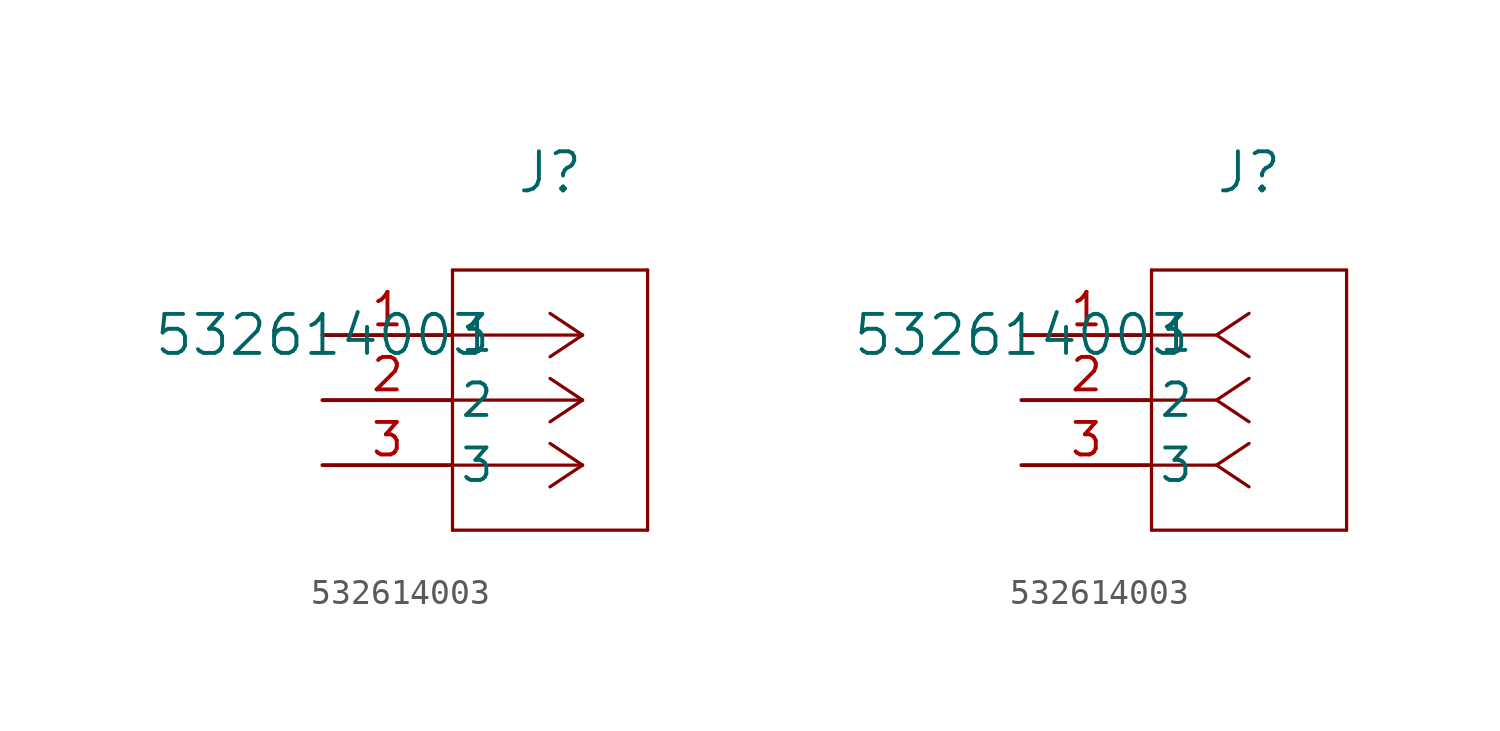
<source format=kicad_sym>
(kicad_symbol_lib
  (version 20211014)
  (generator kicad_symbol_editor)
  (symbol "532614003"
    (pin_names
      (offset 0.254))
    (property "Reference" "J"
      (at 8.89 6.35 0)
      (effects (font (size 1.524 1.524))))
    (property "Value" "532614003"
      (at 0 0 0)
      (effects (font (size 1.524 1.524))))
    (symbol "532614003_1_1"
      (polyline (pts (xy 10.16 0) (xy 5.08 0)) (stroke (width 0.127) (type default) (color 0 0 0 0)) (fill (type none)))
      (polyline (pts (xy 10.16 -2.54) (xy 5.08 -2.54)) (stroke (width 0.127) (type default) (color 0 0 0 0)) (fill (type none)))
      (polyline (pts (xy 10.16 -5.08) (xy 5.08 -5.08)) (stroke (width 0.127) (type default) (color 0 0 0 0)) (fill (type none)))
      (polyline (pts (xy 10.16 0) (xy 8.89 0.847)) (stroke (width 0.127) (type default) (color 0 0 0 0)) (fill (type none)))
      (polyline (pts (xy 10.16 -2.54) (xy 8.89 -1.693)) (stroke (width 0.127) (type default) (color 0 0 0 0)) (fill (type none)))
      (polyline (pts (xy 10.16 -5.08) (xy 8.89 -4.233)) (stroke (width 0.127) (type default) (color 0 0 0 0)) (fill (type none)))
      (polyline (pts (xy 10.16 0) (xy 8.89 -0.847)) (stroke (width 0.127) (type default) (color 0 0 0 0)) (fill (type none)))
      (polyline (pts (xy 10.16 -2.54) (xy 8.89 -3.387)) (stroke (width 0.127) (type default) (color 0 0 0 0)) (fill (type none)))
      (polyline (pts (xy 10.16 -5.08) (xy 8.89 -5.927)) (stroke (width 0.127) (type default) (color 0 0 0 0)) (fill (type none)))
      (polyline (pts (xy 5.08 2.54) (xy 5.08 -7.62)) (stroke (width 0.127) (type default) (color 0 0 0 0)) (fill (type none)))
      (polyline (pts (xy 5.08 -7.62) (xy 12.7 -7.62)) (stroke (width 0.127) (type default) (color 0 0 0 0)) (fill (type none)))
      (polyline (pts (xy 12.7 -7.62) (xy 12.7 2.54)) (stroke (width 0.127) (type default) (color 0 0 0 0)) (fill (type none)))
      (polyline (pts (xy 12.7 2.54) (xy 5.08 2.54)) (stroke (width 0.127) (type default) (color 0 0 0 0)) (fill (type none)))
      (pin unspecified line (at 0 0 0) (length 5.08) (name "1" (effects (font (size 1.27 1.27)))) (number "1" (effects (font (size 1.27 1.27)))))
      (pin unspecified line (at 0 -2.54 0) (length 5.08) (name "2" (effects (font (size 1.27 1.27)))) (number "2" (effects (font (size 1.27 1.27)))))
      (pin unspecified line (at 0 -5.08 0) (length 5.08) (name "3" (effects (font (size 1.27 1.27)))) (number "3" (effects (font (size 1.27 1.27))))))
    (symbol "532614003_1_2"
      (polyline (pts (xy 7.62 0) (xy 5.08 0)) (stroke (width 0.127) (type default) (color 0 0 0 0)) (fill (type none)))
      (polyline (pts (xy 7.62 -2.54) (xy 5.08 -2.54)) (stroke (width 0.127) (type default) (color 0 0 0 0)) (fill (type none)))
      (polyline (pts (xy 7.62 -5.08) (xy 5.08 -5.08)) (stroke (width 0.127) (type default) (color 0 0 0 0)) (fill (type none)))
      (polyline (pts (xy 7.62 0) (xy 8.89 0.847)) (stroke (width 0.127) (type default) (color 0 0 0 0)) (fill (type none)))
      (polyline (pts (xy 7.62 -2.54) (xy 8.89 -1.693)) (stroke (width 0.127) (type default) (color 0 0 0 0)) (fill (type none)))
      (polyline (pts (xy 7.62 -5.08) (xy 8.89 -4.233)) (stroke (width 0.127) (type default) (color 0 0 0 0)) (fill (type none)))
      (polyline (pts (xy 7.62 0) (xy 8.89 -0.847)) (stroke (width 0.127) (type default) (color 0 0 0 0)) (fill (type none)))
      (polyline (pts (xy 7.62 -2.54) (xy 8.89 -3.387)) (stroke (width 0.127) (type default) (color 0 0 0 0)) (fill (type none)))
      (polyline (pts (xy 7.62 -5.08) (xy 8.89 -5.927)) (stroke (width 0.127) (type default) (color 0 0 0 0)) (fill (type none)))
      (polyline (pts (xy 5.08 2.54) (xy 5.08 -7.62)) (stroke (width 0.127) (type default) (color 0 0 0 0)) (fill (type none)))
      (polyline (pts (xy 5.08 -7.62) (xy 12.7 -7.62)) (stroke (width 0.127) (type default) (color 0 0 0 0)) (fill (type none)))
      (polyline (pts (xy 12.7 -7.62) (xy 12.7 2.54)) (stroke (width 0.127) (type default) (color 0 0 0 0)) (fill (type none)))
      (polyline (pts (xy 12.7 2.54) (xy 5.08 2.54)) (stroke (width 0.127) (type default) (color 0 0 0 0)) (fill (type none)))
      (pin unspecified line (at 0 0 0) (length 5.08) (name "1" (effects (font (size 1.27 1.27)))) (number "1" (effects (font (size 1.27 1.27)))))
      (pin unspecified line (at 0 -2.54 0) (length 5.08) (name "2" (effects (font (size 1.27 1.27)))) (number "2" (effects (font (size 1.27 1.27)))))
      (pin unspecified line (at 0 -5.08 0) (length 5.08) (name "3" (effects (font (size 1.27 1.27)))) (number "3" (effects (font (size 1.27 1.27))))))))
</source>
